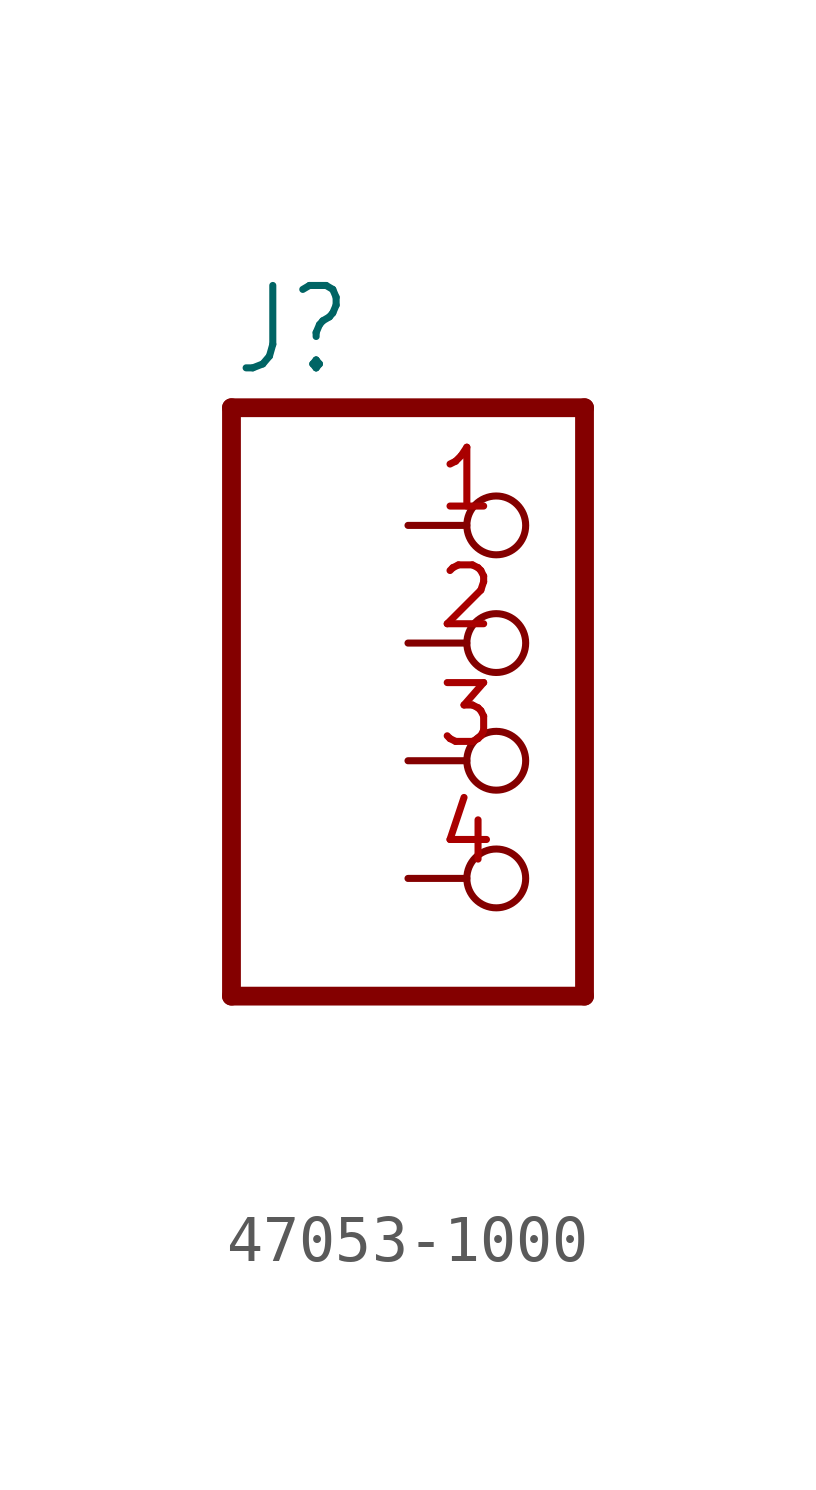
<source format=kicad_sym>
(kicad_symbol_lib
  (version 20231120)
  (generator "kicad_symbol_editor")
  (generator_version "8.0")
  (symbol "47053-1000"
    (property "Reference" "J"
      (at -6.35 8.255 0)
      (effects (font (size 1.778 1.511)) (justify left bottom)))
    (property "Value" ""
      (at -6.35 -7.62 0)
      (effects (font (size 1.778 1.511)) (justify left bottom)))
    (property "ki_locked" ""
      (at 0 0 0)
      (effects (font (size 1.27 1.27))))
    (symbol "47053-1000_1_0"
      (polyline (pts (xy -6.35 -5.08) (xy 1.27 -5.08)) (stroke (width 0.406) (type solid)) (fill (type none)))
      (polyline (pts (xy -6.35 7.62) (xy -6.35 -5.08)) (stroke (width 0.406) (type solid)) (fill (type none)))
      (polyline (pts (xy 1.27 -5.08) (xy 1.27 7.62)) (stroke (width 0.406) (type solid)) (fill (type none)))
      (polyline (pts (xy 1.27 7.62) (xy -6.35 7.62)) (stroke (width 0.406) (type solid)) (fill (type none)))
      (pin passive inverted (at -2.54 5.08 0) (length 2.54) (name "1" (effects (font (size 0 0)))) (number "1" (effects (font (size 1.27 1.27)))))
      (pin passive inverted (at -2.54 2.54 0) (length 2.54) (name "2" (effects (font (size 0 0)))) (number "2" (effects (font (size 1.27 1.27)))))
      (pin passive inverted (at -2.54 0 0) (length 2.54) (name "3" (effects (font (size 0 0)))) (number "3" (effects (font (size 1.27 1.27)))))
      (pin passive inverted (at -2.54 -2.54 0) (length 2.54) (name "4" (effects (font (size 0 0)))) (number "4" (effects (font (size 1.27 1.27))))))))
</source>
